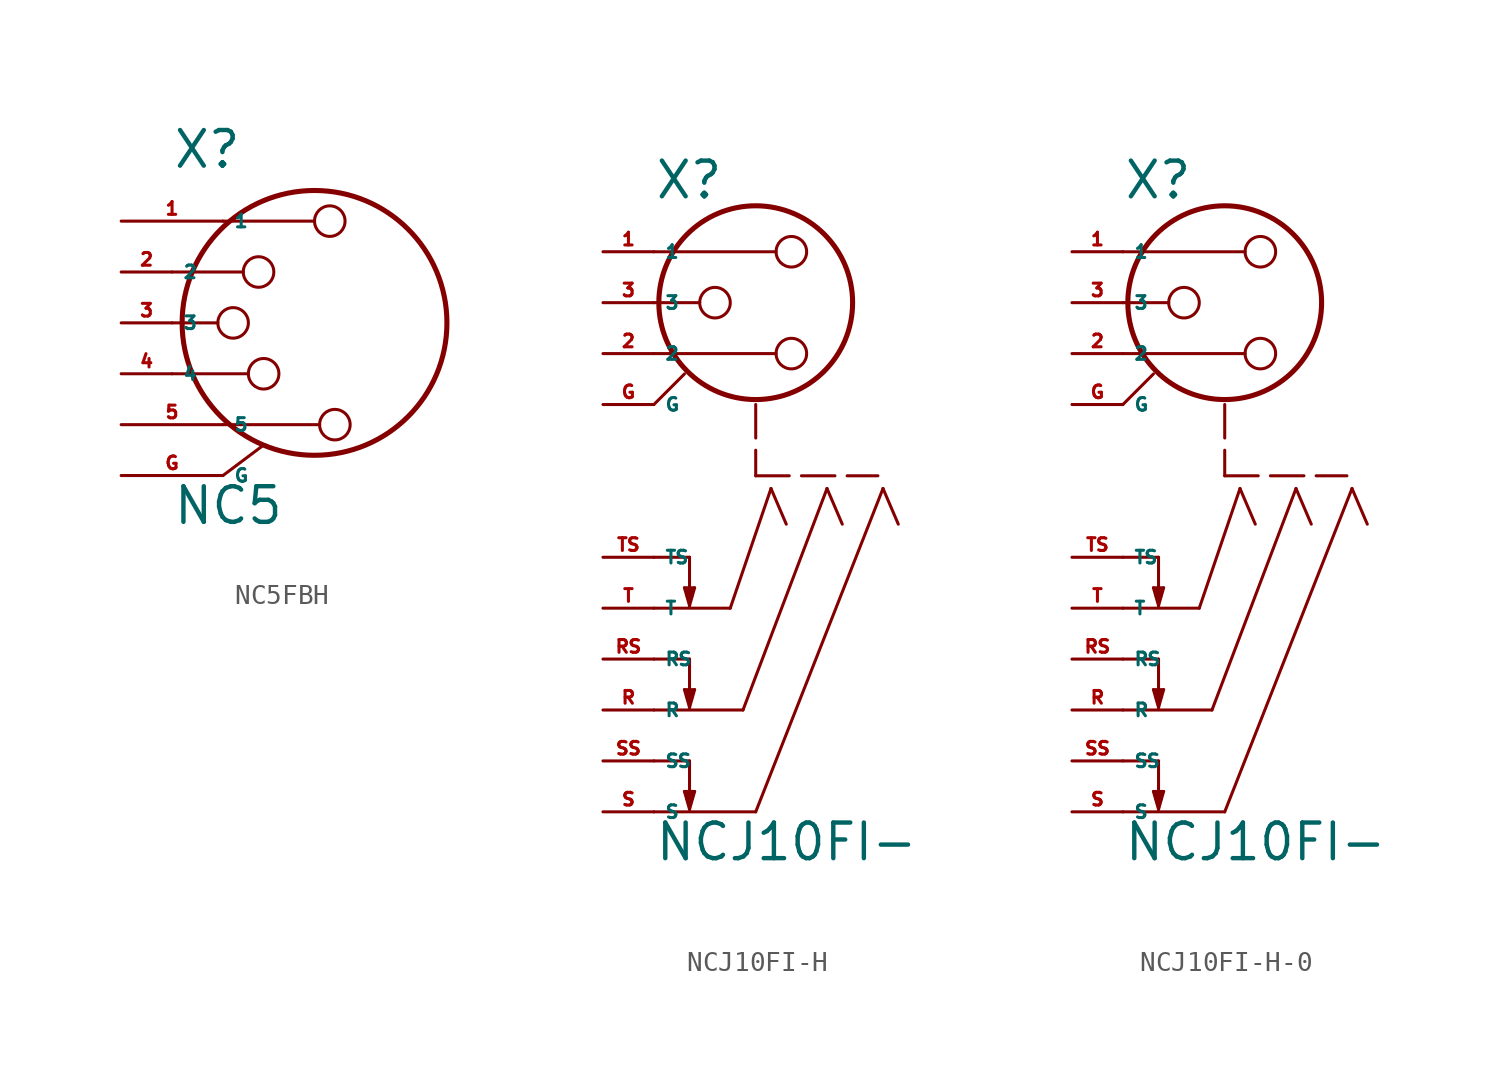
<source format=kicad_sym>
(kicad_symbol_lib
  (version 20220914)
  (generator Eagle2Kicad)
  (symbol "NC5FBH"
    (property "Reference" "X"
      (at -5.08 7.62 0)
      (effects (font (size 1.778 1.778) (thickness 0.22)) (justify left bottom)))
    (property "Value" "NC5"
      (at -5.08 -10.16 0)
      (effects (font (size 1.778 1.778) (thickness 0.22)) (justify left bottom)))
    (polyline
      (pts (xy -2.54 5.08) (xy 2.032 5.08))
      (stroke (width 0.152) (type default))
      (fill (type none)))
    (polyline
      (pts (xy -5.08 -2.54) (xy -1.27 -2.54))
      (stroke (width 0.152) (type default))
      (fill (type none)))
    (polyline
      (pts (xy -5.08 0) (xy -2.794 0))
      (stroke (width 0.152) (type default))
      (fill (type none)))
    (polyline
      (pts (xy -2.54 -7.62) (xy -0.508 -6.096))
      (stroke (width 0.152) (type default))
      (fill (type none)))
    (polyline
      (pts (xy -5.08 2.54) (xy -1.524 2.54))
      (stroke (width 0.152) (type default))
      (fill (type none)))
    (polyline
      (pts (xy -2.54 -5.08) (xy 2.286 -5.08))
      (stroke (width 0.152) (type default))
      (fill (type none)))
    (circle
      (center 2.032 0)
      (radius 6.609)
      (stroke (width 0.254) (type default))
      (fill (type none)))
    (circle
      (center -2.032 0)
      (radius 0.762)
      (stroke (width 0.152) (type default))
      (fill (type none)))
    (circle
      (center 2.794 5.08)
      (radius 0.762)
      (stroke (width 0.152) (type default))
      (fill (type none)))
    (circle
      (center -0.508 -2.54)
      (radius 0.762)
      (stroke (width 0.152) (type default))
      (fill (type none)))
    (circle
      (center -0.762 2.54)
      (radius 0.762)
      (stroke (width 0.152) (type default))
      (fill (type none)))
    (circle
      (center 3.048 -5.08)
      (radius 0.762)
      (stroke (width 0.152) (type default))
      (fill (type none)))
    (pin passive line
      (at -7.62 5.08 0)
      (length 5.08)
      (name "1" (effects (font (size 0.635 0.635) (thickness 0.08)) (justify left bottom)))
      (number "1" (effects (font (size 0.635 0.635) (thickness 0.08)) (justify left bottom))))
    (pin passive line
      (at -7.62 2.54 0)
      (length 2.54)
      (name "2" (effects (font (size 0.635 0.635) (thickness 0.08)) (justify left bottom)))
      (number "2" (effects (font (size 0.635 0.635) (thickness 0.08)) (justify left bottom))))
    (pin passive line
      (at -7.62 0 0)
      (length 2.54)
      (name "3" (effects (font (size 0.635 0.635) (thickness 0.08)) (justify left bottom)))
      (number "3" (effects (font (size 0.635 0.635) (thickness 0.08)) (justify left bottom))))
    (pin passive line
      (at -7.62 -7.62 0)
      (length 5.08)
      (name "G" (effects (font (size 0.635 0.635) (thickness 0.08)) (justify left bottom)))
      (number "G" (effects (font (size 0.635 0.635) (thickness 0.08)) (justify left bottom))))
    (pin passive line
      (at -7.62 -2.54 0)
      (length 2.54)
      (name "4" (effects (font (size 0.635 0.635) (thickness 0.08)) (justify left bottom)))
      (number "4" (effects (font (size 0.635 0.635) (thickness 0.08)) (justify left bottom))))
    (pin passive line
      (at -7.62 -5.08 0)
      (length 5.08)
      (name "5" (effects (font (size 0.635 0.635) (thickness 0.08)) (justify left bottom)))
      (number "5" (effects (font (size 0.635 0.635) (thickness 0.08)) (justify left bottom)))))
  (symbol "NCJ10FI-H"
    (property "Reference" "X"
      (at -5.08 5.08 0)
      (effects (font (size 1.778 1.778) (thickness 0.22)) (justify left bottom)))
    (property "Value" "NCJ10FI-"
      (at -5.08 -27.94 0)
      (effects (font (size 1.778 1.778) (thickness 0.22)) (justify left bottom)))
    (polyline
      (pts (xy -5.08 -15.24) (xy -1.27 -15.24))
      (stroke (width 0.152) (type default))
      (fill (type none)))
    (polyline
      (pts (xy -1.27 -15.24) (xy 0.762 -9.271))
      (stroke (width 0.152) (type default))
      (fill (type none)))
    (polyline
      (pts (xy 0.762 -9.271) (xy 1.524 -11.049))
      (stroke (width 0.152) (type default))
      (fill (type none)))
    (polyline
      (pts (xy -5.08 -12.7) (xy -3.302 -12.7))
      (stroke (width 0.152) (type default))
      (fill (type none)))
    (polyline
      (pts (xy -3.302 -12.7) (xy -3.302 -15.113))
      (stroke (width 0.152) (type default))
      (fill (type none)))
    (polyline
      (pts (xy -3.302 -15.113) (xy -3.048 -14.224))
      (stroke (width 0.152) (type default))
      (fill (type none)))
    (polyline
      (pts (xy -3.048 -14.224) (xy -3.556 -14.224))
      (stroke (width 0.152) (type default))
      (fill (type none)))
    (polyline
      (pts (xy -3.556 -14.224) (xy -3.302 -15.113))
      (stroke (width 0.152) (type default))
      (fill (type none)))
    (polyline
      (pts (xy -3.429 -14.351) (xy -3.429 -14.605))
      (stroke (width 0.152) (type default))
      (fill (type none)))
    (polyline
      (pts (xy -3.175 -14.351) (xy -3.175 -14.605))
      (stroke (width 0.152) (type default))
      (fill (type none)))
    (polyline
      (pts (xy -5.08 2.54) (xy 1.016 2.54))
      (stroke (width 0.152) (type default))
      (fill (type none)))
    (polyline
      (pts (xy -5.08 -2.54) (xy 1.016 -2.54))
      (stroke (width 0.152) (type default))
      (fill (type none)))
    (polyline
      (pts (xy -5.08 0) (xy -2.794 0))
      (stroke (width 0.152) (type default))
      (fill (type none)))
    (polyline
      (pts (xy -5.08 -5.08) (xy -3.556 -3.556))
      (stroke (width 0.152) (type default))
      (fill (type none)))
    (polyline
      (pts (xy -5.08 -20.32) (xy -0.635 -20.32))
      (stroke (width 0.152) (type default))
      (fill (type none)))
    (polyline
      (pts (xy -0.635 -20.32) (xy 3.556 -9.271))
      (stroke (width 0.152) (type default))
      (fill (type none)))
    (polyline
      (pts (xy 3.556 -9.271) (xy 4.318 -11.049))
      (stroke (width 0.152) (type default))
      (fill (type none)))
    (polyline
      (pts (xy -5.08 -17.78) (xy -3.302 -17.78))
      (stroke (width 0.152) (type default))
      (fill (type none)))
    (polyline
      (pts (xy -3.302 -17.78) (xy -3.302 -20.193))
      (stroke (width 0.152) (type default))
      (fill (type none)))
    (polyline
      (pts (xy -3.302 -20.193) (xy -3.048 -19.304))
      (stroke (width 0.152) (type default))
      (fill (type none)))
    (polyline
      (pts (xy -3.048 -19.304) (xy -3.556 -19.304))
      (stroke (width 0.152) (type default))
      (fill (type none)))
    (polyline
      (pts (xy -3.556 -19.304) (xy -3.302 -20.193))
      (stroke (width 0.152) (type default))
      (fill (type none)))
    (polyline
      (pts (xy -3.429 -19.431) (xy -3.429 -19.685))
      (stroke (width 0.152) (type default))
      (fill (type none)))
    (polyline
      (pts (xy -3.175 -19.431) (xy -3.175 -19.685))
      (stroke (width 0.152) (type default))
      (fill (type none)))
    (polyline
      (pts (xy -5.08 -25.4) (xy 0 -25.4))
      (stroke (width 0.152) (type default))
      (fill (type none)))
    (polyline
      (pts (xy 0 -25.4) (xy 6.35 -9.271))
      (stroke (width 0.152) (type default))
      (fill (type none)))
    (polyline
      (pts (xy 6.35 -9.271) (xy 7.112 -11.049))
      (stroke (width 0.152) (type default))
      (fill (type none)))
    (polyline
      (pts (xy -5.08 -22.86) (xy -3.302 -22.86))
      (stroke (width 0.152) (type default))
      (fill (type none)))
    (polyline
      (pts (xy -3.302 -22.86) (xy -3.302 -25.273))
      (stroke (width 0.152) (type default))
      (fill (type none)))
    (polyline
      (pts (xy -3.302 -25.273) (xy -3.048 -24.384))
      (stroke (width 0.152) (type default))
      (fill (type none)))
    (polyline
      (pts (xy -3.048 -24.384) (xy -3.556 -24.384))
      (stroke (width 0.152) (type default))
      (fill (type none)))
    (polyline
      (pts (xy -3.556 -24.384) (xy -3.302 -25.273))
      (stroke (width 0.152) (type default))
      (fill (type none)))
    (polyline
      (pts (xy -3.429 -24.511) (xy -3.429 -24.765))
      (stroke (width 0.152) (type default))
      (fill (type none)))
    (polyline
      (pts (xy -3.175 -24.511) (xy -3.175 -24.765))
      (stroke (width 0.152) (type default))
      (fill (type none)))
    (polyline
      (pts (xy 0 -5.08) (xy 0 -8.636))
      (stroke (width 0.152) (type dash))
      (fill (type none)))
    (polyline
      (pts (xy 0 -8.636) (xy 6.096 -8.636))
      (stroke (width 0.152) (type dash))
      (fill (type none)))
    (circle
      (center 0 0)
      (radius 4.833)
      (stroke (width 0.254) (type default))
      (fill (type none)))
    (circle
      (center -2.032 0)
      (radius 0.762)
      (stroke (width 0.152) (type default))
      (fill (type none)))
    (circle
      (center 1.778 2.54)
      (radius 0.762)
      (stroke (width 0.152) (type default))
      (fill (type none)))
    (circle
      (center 1.778 -2.54)
      (radius 0.762)
      (stroke (width 0.152) (type default))
      (fill (type none)))
    (pin passive line
      (at -7.62 -15.24 0)
      (length 2.54)
      (name "T" (effects (font (size 0.635 0.635) (thickness 0.08)) (justify left bottom)))
      (number "T" (effects (font (size 0.635 0.635) (thickness 0.08)) (justify left bottom))))
    (pin passive line
      (at -7.62 -12.7 0)
      (length 2.54)
      (name "TS" (effects (font (size 0.635 0.635) (thickness 0.08)) (justify left bottom)))
      (number "TS" (effects (font (size 0.635 0.635) (thickness 0.08)) (justify left bottom))))
    (pin passive line
      (at -7.62 2.54 0)
      (length 2.54)
      (name "1" (effects (font (size 0.635 0.635) (thickness 0.08)) (justify left bottom)))
      (number "1" (effects (font (size 0.635 0.635) (thickness 0.08)) (justify left bottom))))
    (pin passive line
      (at -7.62 -2.54 0)
      (length 2.54)
      (name "2" (effects (font (size 0.635 0.635) (thickness 0.08)) (justify left bottom)))
      (number "2" (effects (font (size 0.635 0.635) (thickness 0.08)) (justify left bottom))))
    (pin passive line
      (at -7.62 0 0)
      (length 2.54)
      (name "3" (effects (font (size 0.635 0.635) (thickness 0.08)) (justify left bottom)))
      (number "3" (effects (font (size 0.635 0.635) (thickness 0.08)) (justify left bottom))))
    (pin passive line
      (at -7.62 -5.08 0)
      (length 2.54)
      (name "G" (effects (font (size 0.635 0.635) (thickness 0.08)) (justify left bottom)))
      (number "G" (effects (font (size 0.635 0.635) (thickness 0.08)) (justify left bottom))))
    (pin passive line
      (at -7.62 -20.32 0)
      (length 2.54)
      (name "R" (effects (font (size 0.635 0.635) (thickness 0.08)) (justify left bottom)))
      (number "R" (effects (font (size 0.635 0.635) (thickness 0.08)) (justify left bottom))))
    (pin passive line
      (at -7.62 -17.78 0)
      (length 2.54)
      (name "RS" (effects (font (size 0.635 0.635) (thickness 0.08)) (justify left bottom)))
      (number "RS" (effects (font (size 0.635 0.635) (thickness 0.08)) (justify left bottom))))
    (pin passive line
      (at -7.62 -25.4 0)
      (length 2.54)
      (name "S" (effects (font (size 0.635 0.635) (thickness 0.08)) (justify left bottom)))
      (number "S" (effects (font (size 0.635 0.635) (thickness 0.08)) (justify left bottom))))
    (pin passive line
      (at -7.62 -22.86 0)
      (length 2.54)
      (name "SS" (effects (font (size 0.635 0.635) (thickness 0.08)) (justify left bottom)))
      (number "SS" (effects (font (size 0.635 0.635) (thickness 0.08)) (justify left bottom)))))
  (symbol "NCJ10FI-H-0"
    (property "Reference" "X"
      (at -5.08 5.08 0)
      (effects (font (size 1.778 1.778) (thickness 0.22)) (justify left bottom)))
    (property "Value" "NCJ10FI-"
      (at -5.08 -27.94 0)
      (effects (font (size 1.778 1.778) (thickness 0.22)) (justify left bottom)))
    (polyline
      (pts (xy -5.08 -15.24) (xy -1.27 -15.24))
      (stroke (width 0.152) (type default))
      (fill (type none)))
    (polyline
      (pts (xy -1.27 -15.24) (xy 0.762 -9.271))
      (stroke (width 0.152) (type default))
      (fill (type none)))
    (polyline
      (pts (xy 0.762 -9.271) (xy 1.524 -11.049))
      (stroke (width 0.152) (type default))
      (fill (type none)))
    (polyline
      (pts (xy -5.08 -12.7) (xy -3.302 -12.7))
      (stroke (width 0.152) (type default))
      (fill (type none)))
    (polyline
      (pts (xy -3.302 -12.7) (xy -3.302 -15.113))
      (stroke (width 0.152) (type default))
      (fill (type none)))
    (polyline
      (pts (xy -3.302 -15.113) (xy -3.048 -14.224))
      (stroke (width 0.152) (type default))
      (fill (type none)))
    (polyline
      (pts (xy -3.048 -14.224) (xy -3.556 -14.224))
      (stroke (width 0.152) (type default))
      (fill (type none)))
    (polyline
      (pts (xy -3.556 -14.224) (xy -3.302 -15.113))
      (stroke (width 0.152) (type default))
      (fill (type none)))
    (polyline
      (pts (xy -3.429 -14.351) (xy -3.429 -14.605))
      (stroke (width 0.152) (type default))
      (fill (type none)))
    (polyline
      (pts (xy -3.175 -14.351) (xy -3.175 -14.605))
      (stroke (width 0.152) (type default))
      (fill (type none)))
    (polyline
      (pts (xy -5.08 2.54) (xy 1.016 2.54))
      (stroke (width 0.152) (type default))
      (fill (type none)))
    (polyline
      (pts (xy -5.08 -2.54) (xy 1.016 -2.54))
      (stroke (width 0.152) (type default))
      (fill (type none)))
    (polyline
      (pts (xy -5.08 0) (xy -2.794 0))
      (stroke (width 0.152) (type default))
      (fill (type none)))
    (polyline
      (pts (xy -5.08 -5.08) (xy -3.556 -3.556))
      (stroke (width 0.152) (type default))
      (fill (type none)))
    (polyline
      (pts (xy -5.08 -20.32) (xy -0.635 -20.32))
      (stroke (width 0.152) (type default))
      (fill (type none)))
    (polyline
      (pts (xy -0.635 -20.32) (xy 3.556 -9.271))
      (stroke (width 0.152) (type default))
      (fill (type none)))
    (polyline
      (pts (xy 3.556 -9.271) (xy 4.318 -11.049))
      (stroke (width 0.152) (type default))
      (fill (type none)))
    (polyline
      (pts (xy -5.08 -17.78) (xy -3.302 -17.78))
      (stroke (width 0.152) (type default))
      (fill (type none)))
    (polyline
      (pts (xy -3.302 -17.78) (xy -3.302 -20.193))
      (stroke (width 0.152) (type default))
      (fill (type none)))
    (polyline
      (pts (xy -3.302 -20.193) (xy -3.048 -19.304))
      (stroke (width 0.152) (type default))
      (fill (type none)))
    (polyline
      (pts (xy -3.048 -19.304) (xy -3.556 -19.304))
      (stroke (width 0.152) (type default))
      (fill (type none)))
    (polyline
      (pts (xy -3.556 -19.304) (xy -3.302 -20.193))
      (stroke (width 0.152) (type default))
      (fill (type none)))
    (polyline
      (pts (xy -3.429 -19.431) (xy -3.429 -19.685))
      (stroke (width 0.152) (type default))
      (fill (type none)))
    (polyline
      (pts (xy -3.175 -19.431) (xy -3.175 -19.685))
      (stroke (width 0.152) (type default))
      (fill (type none)))
    (polyline
      (pts (xy -5.08 -25.4) (xy 0 -25.4))
      (stroke (width 0.152) (type default))
      (fill (type none)))
    (polyline
      (pts (xy 0 -25.4) (xy 6.35 -9.271))
      (stroke (width 0.152) (type default))
      (fill (type none)))
    (polyline
      (pts (xy 6.35 -9.271) (xy 7.112 -11.049))
      (stroke (width 0.152) (type default))
      (fill (type none)))
    (polyline
      (pts (xy -5.08 -22.86) (xy -3.302 -22.86))
      (stroke (width 0.152) (type default))
      (fill (type none)))
    (polyline
      (pts (xy -3.302 -22.86) (xy -3.302 -25.273))
      (stroke (width 0.152) (type default))
      (fill (type none)))
    (polyline
      (pts (xy -3.302 -25.273) (xy -3.048 -24.384))
      (stroke (width 0.152) (type default))
      (fill (type none)))
    (polyline
      (pts (xy -3.048 -24.384) (xy -3.556 -24.384))
      (stroke (width 0.152) (type default))
      (fill (type none)))
    (polyline
      (pts (xy -3.556 -24.384) (xy -3.302 -25.273))
      (stroke (width 0.152) (type default))
      (fill (type none)))
    (polyline
      (pts (xy -3.429 -24.511) (xy -3.429 -24.765))
      (stroke (width 0.152) (type default))
      (fill (type none)))
    (polyline
      (pts (xy -3.175 -24.511) (xy -3.175 -24.765))
      (stroke (width 0.152) (type default))
      (fill (type none)))
    (polyline
      (pts (xy 0 -5.08) (xy 0 -8.636))
      (stroke (width 0.152) (type dash))
      (fill (type none)))
    (polyline
      (pts (xy 0 -8.636) (xy 6.096 -8.636))
      (stroke (width 0.152) (type dash))
      (fill (type none)))
    (circle
      (center 0 0)
      (radius 4.833)
      (stroke (width 0.254) (type default))
      (fill (type none)))
    (circle
      (center -2.032 0)
      (radius 0.762)
      (stroke (width 0.152) (type default))
      (fill (type none)))
    (circle
      (center 1.778 2.54)
      (radius 0.762)
      (stroke (width 0.152) (type default))
      (fill (type none)))
    (circle
      (center 1.778 -2.54)
      (radius 0.762)
      (stroke (width 0.152) (type default))
      (fill (type none)))
    (pin passive line
      (at -7.62 -15.24 0)
      (length 2.54)
      (name "T" (effects (font (size 0.635 0.635) (thickness 0.08)) (justify left bottom)))
      (number "T" (effects (font (size 0.635 0.635) (thickness 0.08)) (justify left bottom))))
    (pin passive line
      (at -7.62 -12.7 0)
      (length 2.54)
      (name "TS" (effects (font (size 0.635 0.635) (thickness 0.08)) (justify left bottom)))
      (number "TS" (effects (font (size 0.635 0.635) (thickness 0.08)) (justify left bottom))))
    (pin passive line
      (at -7.62 2.54 0)
      (length 2.54)
      (name "1" (effects (font (size 0.635 0.635) (thickness 0.08)) (justify left bottom)))
      (number "1" (effects (font (size 0.635 0.635) (thickness 0.08)) (justify left bottom))))
    (pin passive line
      (at -7.62 -2.54 0)
      (length 2.54)
      (name "2" (effects (font (size 0.635 0.635) (thickness 0.08)) (justify left bottom)))
      (number "2" (effects (font (size 0.635 0.635) (thickness 0.08)) (justify left bottom))))
    (pin passive line
      (at -7.62 0 0)
      (length 2.54)
      (name "3" (effects (font (size 0.635 0.635) (thickness 0.08)) (justify left bottom)))
      (number "3" (effects (font (size 0.635 0.635) (thickness 0.08)) (justify left bottom))))
    (pin passive line
      (at -7.62 -5.08 0)
      (length 2.54)
      (name "G" (effects (font (size 0.635 0.635) (thickness 0.08)) (justify left bottom)))
      (number "G" (effects (font (size 0.635 0.635) (thickness 0.08)) (justify left bottom))))
    (pin passive line
      (at -7.62 -20.32 0)
      (length 2.54)
      (name "R" (effects (font (size 0.635 0.635) (thickness 0.08)) (justify left bottom)))
      (number "R" (effects (font (size 0.635 0.635) (thickness 0.08)) (justify left bottom))))
    (pin passive line
      (at -7.62 -17.78 0)
      (length 2.54)
      (name "RS" (effects (font (size 0.635 0.635) (thickness 0.08)) (justify left bottom)))
      (number "RS" (effects (font (size 0.635 0.635) (thickness 0.08)) (justify left bottom))))
    (pin passive line
      (at -7.62 -25.4 0)
      (length 2.54)
      (name "S" (effects (font (size 0.635 0.635) (thickness 0.08)) (justify left bottom)))
      (number "S" (effects (font (size 0.635 0.635) (thickness 0.08)) (justify left bottom))))
    (pin passive line
      (at -7.62 -22.86 0)
      (length 2.54)
      (name "SS" (effects (font (size 0.635 0.635) (thickness 0.08)) (justify left bottom)))
      (number "SS" (effects (font (size 0.635 0.635) (thickness 0.08)) (justify left bottom))))))
</source>
